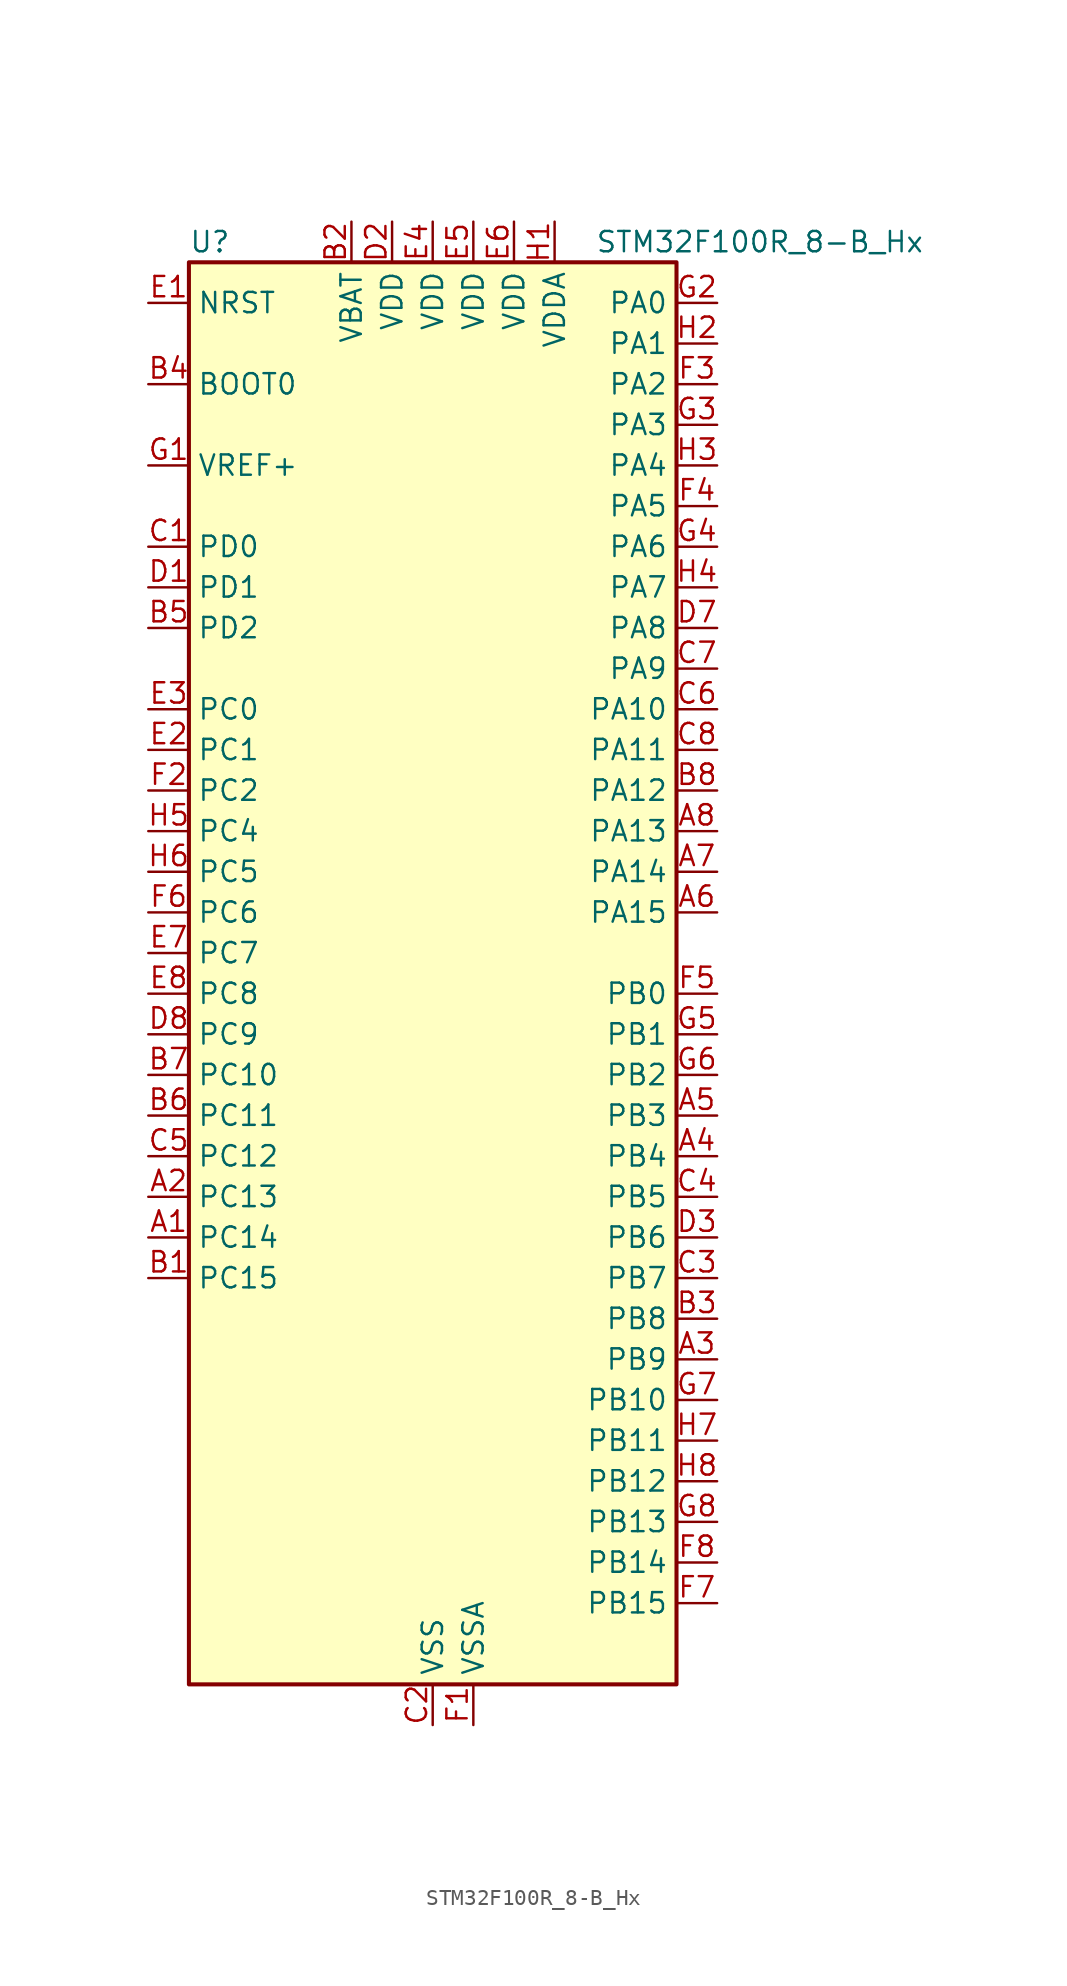
<source format=kicad_sym>
(kicad_symbol_lib
  (version 20220914)
  (generator kicad_symbol_editor)
  (symbol "STM32F100R_8-B_Hx"
    (property "Reference" "U"
      (at -15.24 46.99 0)
      (effects (font (size 1.27 1.27)) (justify left)))
    (property "Value" "STM32F100R_8-B_Hx"
      (at 10.16 46.99 0)
      (effects (font (size 1.27 1.27)) (justify left)))
    (property "ki_locked" ""
      (at 0 0 0)
      (effects (font (size 1.27 1.27))))
    (symbol "STM32F100R_8-B_Hx_0_1"
      (rectangle (start -15.24 -43.18) (end 15.24 45.72) (stroke (width 0.254) (type default)) (fill (type background))))
    (symbol "STM32F100R_8-B_Hx_1_1"
      (pin bidirectional line (at -17.78 -15.24 0) (length 2.54) (name "PC14" (effects (font (size 1.27 1.27)))) (number "A1" (effects (font (size 1.27 1.27)))) (alternate "RCC_OSC32_IN" bidirectional line))
      (pin bidirectional line (at -17.78 -12.7 0) (length 2.54) (name "PC13" (effects (font (size 1.27 1.27)))) (number "A2" (effects (font (size 1.27 1.27)))) (alternate "RTC_OUT" bidirectional line) (alternate "RTC_TAMPER" bidirectional line))
      (pin bidirectional line (at 17.78 -22.86 180) (length 2.54) (name "PB9" (effects (font (size 1.27 1.27)))) (number "A3" (effects (font (size 1.27 1.27)))) (alternate "DAC_EXTI9" bidirectional line) (alternate "I2C1_SDA" bidirectional line) (alternate "TIM17_CH1" bidirectional line) (alternate "TIM4_CH4" bidirectional line))
      (pin bidirectional line (at 17.78 -10.16 180) (length 2.54) (name "PB4" (effects (font (size 1.27 1.27)))) (number "A4" (effects (font (size 1.27 1.27)))) (alternate "SPI1_MISO" bidirectional line) (alternate "SYS_NJTRST" bidirectional line) (alternate "TIM3_CH1" bidirectional line))
      (pin bidirectional line (at 17.78 -7.62 180) (length 2.54) (name "PB3" (effects (font (size 1.27 1.27)))) (number "A5" (effects (font (size 1.27 1.27)))) (alternate "SPI1_SCK" bidirectional line) (alternate "SYS_JTDO-TRACESWO" bidirectional line) (alternate "TIM2_CH2" bidirectional line))
      (pin bidirectional line (at 17.78 5.08 180) (length 2.54) (name "PA15" (effects (font (size 1.27 1.27)))) (number "A6" (effects (font (size 1.27 1.27)))) (alternate "ADC1_EXTI15" bidirectional line) (alternate "SPI1_NSS" bidirectional line) (alternate "SYS_JTDI" bidirectional line) (alternate "TIM2_CH1" bidirectional line) (alternate "TIM2_ETR" bidirectional line))
      (pin bidirectional line (at 17.78 7.62 180) (length 2.54) (name "PA14" (effects (font (size 1.27 1.27)))) (number "A7" (effects (font (size 1.27 1.27)))) (alternate "SYS_JTCK-SWCLK" bidirectional line))
      (pin bidirectional line (at 17.78 10.16 180) (length 2.54) (name "PA13" (effects (font (size 1.27 1.27)))) (number "A8" (effects (font (size 1.27 1.27)))) (alternate "SYS_JTMS-SWDIO" bidirectional line))
      (pin bidirectional line (at -17.78 -17.78 0) (length 2.54) (name "PC15" (effects (font (size 1.27 1.27)))) (number "B1" (effects (font (size 1.27 1.27)))) (alternate "ADC1_EXTI15" bidirectional line) (alternate "RCC_OSC32_OUT" bidirectional line))
      (pin power_in line (at -5.08 48.26 270) (length 2.54) (name "VBAT" (effects (font (size 1.27 1.27)))) (number "B2" (effects (font (size 1.27 1.27)))))
      (pin bidirectional line (at 17.78 -20.32 180) (length 2.54) (name "PB8" (effects (font (size 1.27 1.27)))) (number "B3" (effects (font (size 1.27 1.27)))) (alternate "CEC" bidirectional line) (alternate "I2C1_SCL" bidirectional line) (alternate "TIM16_CH1" bidirectional line) (alternate "TIM4_CH3" bidirectional line))
      (pin input line (at -17.78 38.1 0) (length 2.54) (name "BOOT0" (effects (font (size 1.27 1.27)))) (number "B4" (effects (font (size 1.27 1.27)))))
      (pin bidirectional line (at -17.78 22.86 0) (length 2.54) (name "PD2" (effects (font (size 1.27 1.27)))) (number "B5" (effects (font (size 1.27 1.27)))) (alternate "TIM3_ETR" bidirectional line))
      (pin bidirectional line (at -17.78 -7.62 0) (length 2.54) (name "PC11" (effects (font (size 1.27 1.27)))) (number "B6" (effects (font (size 1.27 1.27)))) (alternate "ADC1_EXTI11" bidirectional line) (alternate "USART3_RX" bidirectional line))
      (pin bidirectional line (at -17.78 -5.08 0) (length 2.54) (name "PC10" (effects (font (size 1.27 1.27)))) (number "B7" (effects (font (size 1.27 1.27)))) (alternate "USART3_TX" bidirectional line))
      (pin bidirectional line (at 17.78 12.7 180) (length 2.54) (name "PA12" (effects (font (size 1.27 1.27)))) (number "B8" (effects (font (size 1.27 1.27)))) (alternate "TIM1_ETR" bidirectional line) (alternate "USART1_RTS" bidirectional line))
      (pin bidirectional line (at -17.78 27.94 0) (length 2.54) (name "PD0" (effects (font (size 1.27 1.27)))) (number "C1" (effects (font (size 1.27 1.27)))) (alternate "RCC_OSC_IN" bidirectional line))
      (pin power_in line (at 0 -45.72 90) (length 2.54) (name "VSS" (effects (font (size 1.27 1.27)))) (number "C2" (effects (font (size 1.27 1.27)))))
      (pin bidirectional line (at 17.78 -17.78 180) (length 2.54) (name "PB7" (effects (font (size 1.27 1.27)))) (number "C3" (effects (font (size 1.27 1.27)))) (alternate "I2C1_SDA" bidirectional line) (alternate "TIM17_CH1N" bidirectional line) (alternate "TIM4_CH2" bidirectional line) (alternate "USART1_RX" bidirectional line))
      (pin bidirectional line (at 17.78 -12.7 180) (length 2.54) (name "PB5" (effects (font (size 1.27 1.27)))) (number "C4" (effects (font (size 1.27 1.27)))) (alternate "I2C1_SMBA" bidirectional line) (alternate "SPI1_MOSI" bidirectional line) (alternate "TIM16_BKIN" bidirectional line) (alternate "TIM3_CH2" bidirectional line))
      (pin bidirectional line (at -17.78 -10.16 0) (length 2.54) (name "PC12" (effects (font (size 1.27 1.27)))) (number "C5" (effects (font (size 1.27 1.27)))) (alternate "USART3_CK" bidirectional line))
      (pin bidirectional line (at 17.78 17.78 180) (length 2.54) (name "PA10" (effects (font (size 1.27 1.27)))) (number "C6" (effects (font (size 1.27 1.27)))) (alternate "TIM17_BKIN" bidirectional line) (alternate "TIM1_CH3" bidirectional line) (alternate "USART1_RX" bidirectional line))
      (pin bidirectional line (at 17.78 20.32 180) (length 2.54) (name "PA9" (effects (font (size 1.27 1.27)))) (number "C7" (effects (font (size 1.27 1.27)))) (alternate "DAC_EXTI9" bidirectional line) (alternate "TIM15_BKIN" bidirectional line) (alternate "TIM1_CH2" bidirectional line) (alternate "USART1_TX" bidirectional line))
      (pin bidirectional line (at 17.78 15.24 180) (length 2.54) (name "PA11" (effects (font (size 1.27 1.27)))) (number "C8" (effects (font (size 1.27 1.27)))) (alternate "ADC1_EXTI11" bidirectional line) (alternate "TIM1_CH4" bidirectional line) (alternate "USART1_CTS" bidirectional line))
      (pin bidirectional line (at -17.78 25.4 0) (length 2.54) (name "PD1" (effects (font (size 1.27 1.27)))) (number "D1" (effects (font (size 1.27 1.27)))) (alternate "RCC_OSC_OUT" bidirectional line))
      (pin power_in line (at -2.54 48.26 270) (length 2.54) (name "VDD" (effects (font (size 1.27 1.27)))) (number "D2" (effects (font (size 1.27 1.27)))))
      (pin bidirectional line (at 17.78 -15.24 180) (length 2.54) (name "PB6" (effects (font (size 1.27 1.27)))) (number "D3" (effects (font (size 1.27 1.27)))) (alternate "I2C1_SCL" bidirectional line) (alternate "TIM16_CH1N" bidirectional line) (alternate "TIM4_CH1" bidirectional line) (alternate "USART1_TX" bidirectional line))
      (pin passive line (at 0 -45.72 90) (length 2.54) hide (name "VSS" (effects (font (size 1.27 1.27)))) (number "D4" (effects (font (size 1.27 1.27)))))
      (pin passive line (at 0 -45.72 90) (length 2.54) hide (name "VSS" (effects (font (size 1.27 1.27)))) (number "D5" (effects (font (size 1.27 1.27)))))
      (pin passive line (at 0 -45.72 90) (length 2.54) hide (name "VSS" (effects (font (size 1.27 1.27)))) (number "D6" (effects (font (size 1.27 1.27)))))
      (pin bidirectional line (at 17.78 22.86 180) (length 2.54) (name "PA8" (effects (font (size 1.27 1.27)))) (number "D7" (effects (font (size 1.27 1.27)))) (alternate "RCC_MCO" bidirectional line) (alternate "TIM1_CH1" bidirectional line) (alternate "USART1_CK" bidirectional line))
      (pin bidirectional line (at -17.78 -2.54 0) (length 2.54) (name "PC9" (effects (font (size 1.27 1.27)))) (number "D8" (effects (font (size 1.27 1.27)))) (alternate "DAC_EXTI9" bidirectional line) (alternate "TIM3_CH4" bidirectional line))
      (pin input line (at -17.78 43.18 0) (length 2.54) (name "NRST" (effects (font (size 1.27 1.27)))) (number "E1" (effects (font (size 1.27 1.27)))))
      (pin bidirectional line (at -17.78 15.24 0) (length 2.54) (name "PC1" (effects (font (size 1.27 1.27)))) (number "E2" (effects (font (size 1.27 1.27)))) (alternate "ADC1_IN11" bidirectional line))
      (pin bidirectional line (at -17.78 17.78 0) (length 2.54) (name "PC0" (effects (font (size 1.27 1.27)))) (number "E3" (effects (font (size 1.27 1.27)))) (alternate "ADC1_IN10" bidirectional line))
      (pin power_in line (at 0 48.26 270) (length 2.54) (name "VDD" (effects (font (size 1.27 1.27)))) (number "E4" (effects (font (size 1.27 1.27)))))
      (pin power_in line (at 2.54 48.26 270) (length 2.54) (name "VDD" (effects (font (size 1.27 1.27)))) (number "E5" (effects (font (size 1.27 1.27)))))
      (pin power_in line (at 5.08 48.26 270) (length 2.54) (name "VDD" (effects (font (size 1.27 1.27)))) (number "E6" (effects (font (size 1.27 1.27)))))
      (pin bidirectional line (at -17.78 2.54 0) (length 2.54) (name "PC7" (effects (font (size 1.27 1.27)))) (number "E7" (effects (font (size 1.27 1.27)))) (alternate "TIM3_CH2" bidirectional line))
      (pin bidirectional line (at -17.78 0 0) (length 2.54) (name "PC8" (effects (font (size 1.27 1.27)))) (number "E8" (effects (font (size 1.27 1.27)))) (alternate "TIM3_CH3" bidirectional line))
      (pin power_in line (at 2.54 -45.72 90) (length 2.54) (name "VSSA" (effects (font (size 1.27 1.27)))) (number "F1" (effects (font (size 1.27 1.27)))))
      (pin bidirectional line (at -17.78 12.7 0) (length 2.54) (name "PC2" (effects (font (size 1.27 1.27)))) (number "F2" (effects (font (size 1.27 1.27)))) (alternate "ADC1_IN12" bidirectional line))
      (pin bidirectional line (at 17.78 38.1 180) (length 2.54) (name "PA2" (effects (font (size 1.27 1.27)))) (number "F3" (effects (font (size 1.27 1.27)))) (alternate "ADC1_IN2" bidirectional line) (alternate "TIM15_CH1" bidirectional line) (alternate "TIM2_CH3" bidirectional line) (alternate "USART2_TX" bidirectional line))
      (pin bidirectional line (at 17.78 30.48 180) (length 2.54) (name "PA5" (effects (font (size 1.27 1.27)))) (number "F4" (effects (font (size 1.27 1.27)))) (alternate "ADC1_IN5" bidirectional line) (alternate "DAC_OUT2" bidirectional line) (alternate "SPI1_SCK" bidirectional line))
      (pin bidirectional line (at 17.78 0 180) (length 2.54) (name "PB0" (effects (font (size 1.27 1.27)))) (number "F5" (effects (font (size 1.27 1.27)))) (alternate "ADC1_IN8" bidirectional line) (alternate "TIM1_CH2N" bidirectional line) (alternate "TIM3_CH3" bidirectional line))
      (pin bidirectional line (at -17.78 5.08 0) (length 2.54) (name "PC6" (effects (font (size 1.27 1.27)))) (number "F6" (effects (font (size 1.27 1.27)))) (alternate "TIM3_CH1" bidirectional line))
      (pin bidirectional line (at 17.78 -38.1 180) (length 2.54) (name "PB15" (effects (font (size 1.27 1.27)))) (number "F7" (effects (font (size 1.27 1.27)))) (alternate "ADC1_EXTI15" bidirectional line) (alternate "SPI2_MOSI" bidirectional line) (alternate "TIM15_CH1N" bidirectional line) (alternate "TIM15_CH2" bidirectional line) (alternate "TIM1_CH3N" bidirectional line))
      (pin bidirectional line (at 17.78 -35.56 180) (length 2.54) (name "PB14" (effects (font (size 1.27 1.27)))) (number "F8" (effects (font (size 1.27 1.27)))) (alternate "SPI2_MISO" bidirectional line) (alternate "TIM15_CH1" bidirectional line) (alternate "TIM1_CH2N" bidirectional line) (alternate "USART3_RTS" bidirectional line))
      (pin input line (at -17.78 33.02 0) (length 2.54) (name "VREF+" (effects (font (size 1.27 1.27)))) (number "G1" (effects (font (size 1.27 1.27)))))
      (pin bidirectional line (at 17.78 43.18 180) (length 2.54) (name "PA0" (effects (font (size 1.27 1.27)))) (number "G2" (effects (font (size 1.27 1.27)))) (alternate "ADC1_IN0" bidirectional line) (alternate "SYS_WKUP" bidirectional line) (alternate "TIM2_CH1" bidirectional line) (alternate "TIM2_ETR" bidirectional line) (alternate "USART2_CTS" bidirectional line))
      (pin bidirectional line (at 17.78 35.56 180) (length 2.54) (name "PA3" (effects (font (size 1.27 1.27)))) (number "G3" (effects (font (size 1.27 1.27)))) (alternate "ADC1_IN3" bidirectional line) (alternate "TIM15_CH2" bidirectional line) (alternate "TIM2_CH4" bidirectional line) (alternate "USART2_RX" bidirectional line))
      (pin bidirectional line (at 17.78 27.94 180) (length 2.54) (name "PA6" (effects (font (size 1.27 1.27)))) (number "G4" (effects (font (size 1.27 1.27)))) (alternate "ADC1_IN6" bidirectional line) (alternate "SPI1_MISO" bidirectional line) (alternate "TIM16_CH1" bidirectional line) (alternate "TIM1_BKIN" bidirectional line) (alternate "TIM3_CH1" bidirectional line))
      (pin bidirectional line (at 17.78 -2.54 180) (length 2.54) (name "PB1" (effects (font (size 1.27 1.27)))) (number "G5" (effects (font (size 1.27 1.27)))) (alternate "ADC1_IN9" bidirectional line) (alternate "TIM1_CH3N" bidirectional line) (alternate "TIM3_CH4" bidirectional line))
      (pin bidirectional line (at 17.78 -5.08 180) (length 2.54) (name "PB2" (effects (font (size 1.27 1.27)))) (number "G6" (effects (font (size 1.27 1.27)))))
      (pin bidirectional line (at 17.78 -25.4 180) (length 2.54) (name "PB10" (effects (font (size 1.27 1.27)))) (number "G7" (effects (font (size 1.27 1.27)))) (alternate "CEC" bidirectional line) (alternate "I2C2_SCL" bidirectional line) (alternate "TIM2_CH3" bidirectional line) (alternate "USART3_TX" bidirectional line))
      (pin bidirectional line (at 17.78 -33.02 180) (length 2.54) (name "PB13" (effects (font (size 1.27 1.27)))) (number "G8" (effects (font (size 1.27 1.27)))) (alternate "SPI2_SCK" bidirectional line) (alternate "TIM1_CH1N" bidirectional line) (alternate "USART3_CTS" bidirectional line))
      (pin power_in line (at 7.62 48.26 270) (length 2.54) (name "VDDA" (effects (font (size 1.27 1.27)))) (number "H1" (effects (font (size 1.27 1.27)))))
      (pin bidirectional line (at 17.78 40.64 180) (length 2.54) (name "PA1" (effects (font (size 1.27 1.27)))) (number "H2" (effects (font (size 1.27 1.27)))) (alternate "ADC1_IN1" bidirectional line) (alternate "TIM2_CH2" bidirectional line) (alternate "USART2_RTS" bidirectional line))
      (pin bidirectional line (at 17.78 33.02 180) (length 2.54) (name "PA4" (effects (font (size 1.27 1.27)))) (number "H3" (effects (font (size 1.27 1.27)))) (alternate "ADC1_IN4" bidirectional line) (alternate "DAC_OUT1" bidirectional line) (alternate "SPI1_NSS" bidirectional line) (alternate "USART2_CK" bidirectional line))
      (pin bidirectional line (at 17.78 25.4 180) (length 2.54) (name "PA7" (effects (font (size 1.27 1.27)))) (number "H4" (effects (font (size 1.27 1.27)))) (alternate "ADC1_IN7" bidirectional line) (alternate "SPI1_MOSI" bidirectional line) (alternate "TIM17_CH1" bidirectional line) (alternate "TIM1_CH1N" bidirectional line) (alternate "TIM3_CH2" bidirectional line))
      (pin bidirectional line (at -17.78 10.16 0) (length 2.54) (name "PC4" (effects (font (size 1.27 1.27)))) (number "H5" (effects (font (size 1.27 1.27)))) (alternate "ADC1_IN14" bidirectional line))
      (pin bidirectional line (at -17.78 7.62 0) (length 2.54) (name "PC5" (effects (font (size 1.27 1.27)))) (number "H6" (effects (font (size 1.27 1.27)))) (alternate "ADC1_IN15" bidirectional line))
      (pin bidirectional line (at 17.78 -27.94 180) (length 2.54) (name "PB11" (effects (font (size 1.27 1.27)))) (number "H7" (effects (font (size 1.27 1.27)))) (alternate "ADC1_EXTI11" bidirectional line) (alternate "I2C2_SDA" bidirectional line) (alternate "TIM2_CH4" bidirectional line) (alternate "USART3_RX" bidirectional line))
      (pin bidirectional line (at 17.78 -30.48 180) (length 2.54) (name "PB12" (effects (font (size 1.27 1.27)))) (number "H8" (effects (font (size 1.27 1.27)))) (alternate "I2C2_SMBA" bidirectional line) (alternate "SPI2_NSS" bidirectional line) (alternate "TIM1_BKIN" bidirectional line) (alternate "USART3_CK" bidirectional line)))))
</source>
